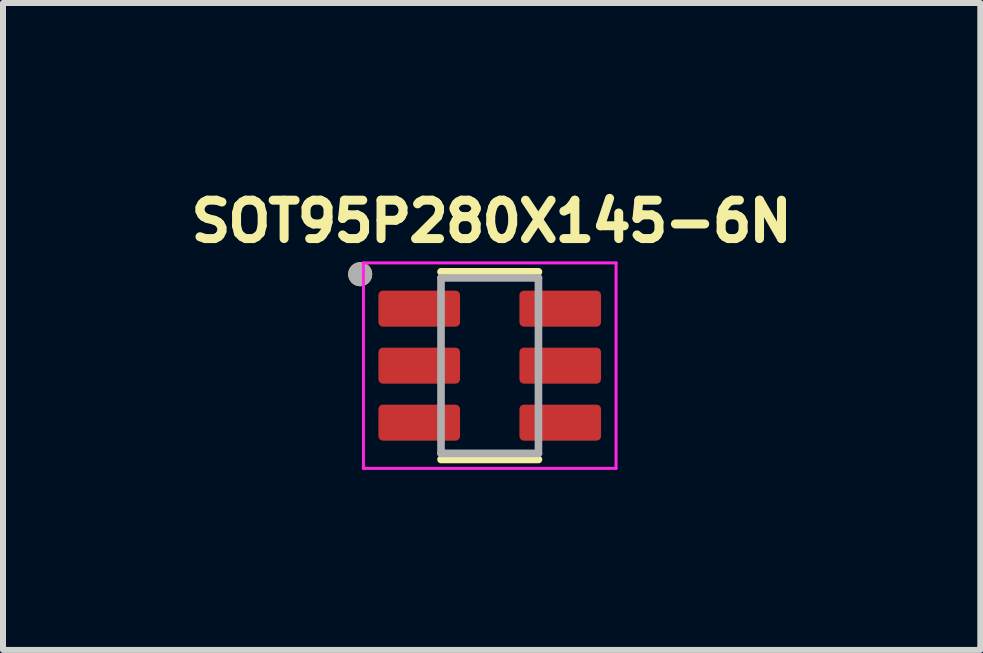
<source format=kicad_pcb>
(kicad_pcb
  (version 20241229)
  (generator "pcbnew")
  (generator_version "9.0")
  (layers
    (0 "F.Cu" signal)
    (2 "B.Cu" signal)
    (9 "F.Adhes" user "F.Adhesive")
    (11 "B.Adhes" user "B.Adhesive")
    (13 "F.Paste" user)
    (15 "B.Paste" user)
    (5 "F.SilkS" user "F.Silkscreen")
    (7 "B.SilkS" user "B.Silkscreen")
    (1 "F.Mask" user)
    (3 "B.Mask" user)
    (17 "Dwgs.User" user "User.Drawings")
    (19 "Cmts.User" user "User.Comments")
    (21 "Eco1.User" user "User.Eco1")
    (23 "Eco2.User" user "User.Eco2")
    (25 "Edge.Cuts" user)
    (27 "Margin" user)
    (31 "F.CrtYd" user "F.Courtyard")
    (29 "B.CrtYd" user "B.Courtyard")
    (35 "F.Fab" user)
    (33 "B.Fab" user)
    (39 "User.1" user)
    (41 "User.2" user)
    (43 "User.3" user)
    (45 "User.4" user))
  (footprint "SOT95P280X145-6N"
    (layer "F.Cu")
    (at 5.112 3.044)
    (property "Reference" "SOT95P280X145-6N" (at 0.032 -2.406 0) (layer "F.SilkS") (effects (font (size 0.64 0.64) (thickness 0.15))))
    (attr smd)
    (fp_line (start -0.812 -1.564) (end 0.812 -1.564) (stroke (width 0.127) (type solid)) (layer "F.SilkS"))
    (fp_line (start -0.812 1.564) (end 0.812 1.564) (stroke (width 0.127) (type solid)) (layer "F.SilkS"))
    (fp_circle (center -2.159 -1.524) (end -2.059 -1.524) (stroke (width 0.2) (type solid)) (fill no) (layer "F.SilkS"))
    (fp_line (start -2.105 -1.712) (end 2.105 -1.712) (stroke (width 0.05) (type solid)) (layer "F.CrtYd"))
    (fp_line (start -2.105 1.712) (end -2.105 -1.712) (stroke (width 0.05) (type solid)) (layer "F.CrtYd"))
    (fp_line (start 2.105 1.712) (end -2.105 1.712) (stroke (width 0.05) (type solid)) (layer "F.CrtYd"))
    (fp_line (start 2.105 1.712) (end 2.105 -1.712) (stroke (width 0.05) (type solid)) (layer "F.CrtYd"))
    (fp_line (start -0.812 -1.462) (end 0.812 -1.462) (stroke (width 0.127) (type solid)) (layer "F.Fab"))
    (fp_line (start -0.812 1.462) (end -0.812 -1.462) (stroke (width 0.127) (type solid)) (layer "F.Fab"))
    (fp_line (start 0.812 -1.462) (end 0.812 1.462) (stroke (width 0.127) (type solid)) (layer "F.Fab"))
    (fp_line (start 0.812 1.462) (end -0.812 1.462) (stroke (width 0.127) (type solid)) (layer "F.Fab"))
    (fp_circle (center -2.159 -1.524) (end -2.059 -1.524) (stroke (width 0.2) (type solid)) (fill no) (layer "F.Fab"))
    (pad "1" smd roundrect (at -1.175 -0.95) (size 1.36 0.6) (layers "F.Cu" "F.Mask" "F.Paste") (roundrect_rratio 0.125))
    (pad "2" smd roundrect (at -1.175 0) (size 1.36 0.6) (layers "F.Cu" "F.Mask" "F.Paste") (roundrect_rratio 0.125))
    (pad "3" smd roundrect (at -1.175 0.95) (size 1.36 0.6) (layers "F.Cu" "F.Mask" "F.Paste") (roundrect_rratio 0.125))
    (pad "4" smd roundrect (at 1.175 0.95) (size 1.36 0.6) (layers "F.Cu" "F.Mask" "F.Paste") (roundrect_rratio 0.125))
    (pad "5" smd roundrect (at 1.175 0) (size 1.36 0.6) (layers "F.Cu" "F.Mask" "F.Paste") (roundrect_rratio 0.125))
    (pad "6" smd roundrect (at 1.175 -0.95) (size 1.36 0.6) (layers "F.Cu" "F.Mask" "F.Paste") (roundrect_rratio 0.125)))
  (gr_rect
    (start -3 -3)
    (end 13.288 7.782)
    (stroke (width 0.1) (type default))
    (fill no)
    (layer "Edge.Cuts")))
</source>
